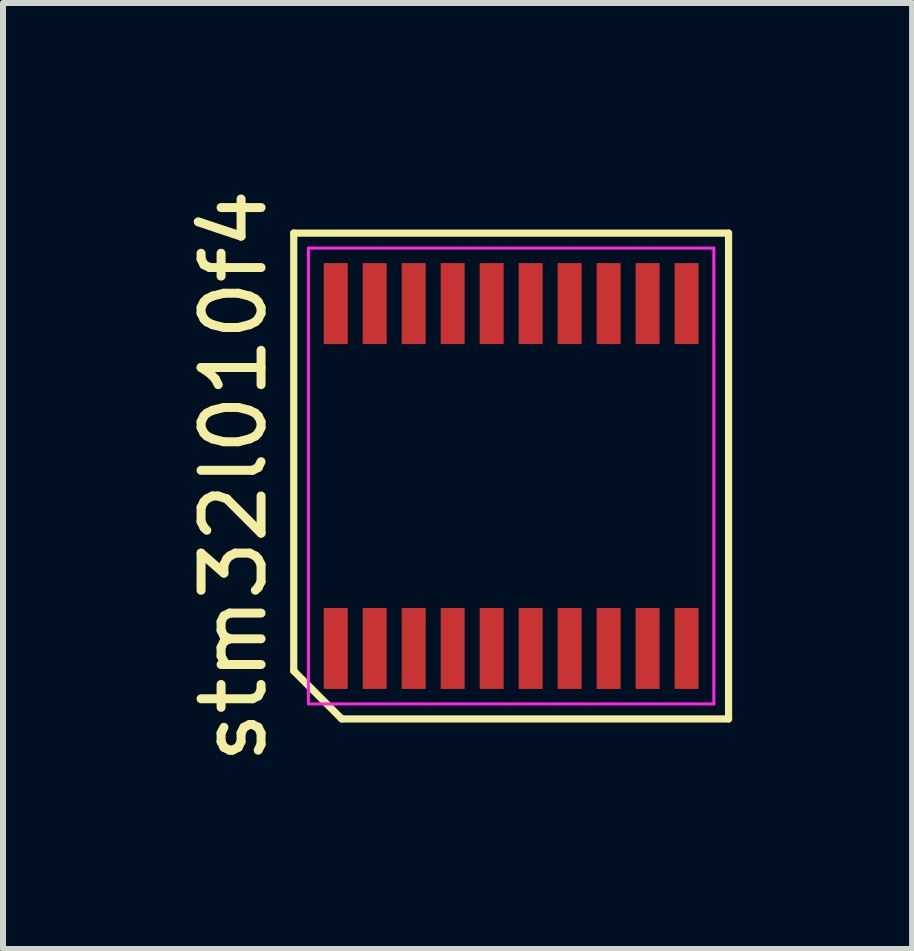
<source format=kicad_pcb>
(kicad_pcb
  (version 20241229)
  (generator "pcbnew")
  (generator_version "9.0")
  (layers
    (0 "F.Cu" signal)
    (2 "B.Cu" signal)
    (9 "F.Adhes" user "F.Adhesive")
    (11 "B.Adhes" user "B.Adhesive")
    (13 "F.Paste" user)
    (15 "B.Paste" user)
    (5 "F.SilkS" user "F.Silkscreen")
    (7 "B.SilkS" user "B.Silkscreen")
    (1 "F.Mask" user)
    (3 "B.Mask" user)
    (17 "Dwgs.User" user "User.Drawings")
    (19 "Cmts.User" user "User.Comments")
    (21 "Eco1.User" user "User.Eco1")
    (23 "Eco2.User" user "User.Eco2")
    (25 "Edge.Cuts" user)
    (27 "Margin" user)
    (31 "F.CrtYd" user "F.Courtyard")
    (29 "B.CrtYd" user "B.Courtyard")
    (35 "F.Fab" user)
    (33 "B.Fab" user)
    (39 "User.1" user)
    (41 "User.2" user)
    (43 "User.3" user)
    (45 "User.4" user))
  (footprint "stm32l010f4"
    (layer "F.Cu")
    (at 5.473 4.887)
    (property "Reference" "stm32l010f4" (at -4.625 0 90) (layer "F.SilkS") (effects (font (size 1 1) (thickness 0.15))))
    (attr smd)
    (fp_line (start -3.625 -4.05) (end 3.625 -4.05) (stroke (width 0.12) (type solid)) (layer "F.SilkS"))
    (fp_line (start -3.625 3.25) (end -3.625 -4.05) (stroke (width 0.12) (type solid)) (layer "F.SilkS"))
    (fp_line (start -2.825 4.05) (end -3.625 3.25) (stroke (width 0.12) (type solid)) (layer "F.SilkS"))
    (fp_line (start 3.625 -4.05) (end 3.625 4.05) (stroke (width 0.12) (type solid)) (layer "F.SilkS"))
    (fp_line (start 3.625 4.05) (end -2.825 4.05) (stroke (width 0.12) (type solid)) (layer "F.SilkS"))
    (fp_line (start -3.38 -3.8) (end 3.38 -3.8) (stroke (width 0.05) (type solid)) (layer "F.CrtYd"))
    (fp_line (start -3.38 3.8) (end -3.38 -3.8) (stroke (width 0.05) (type solid)) (layer "F.CrtYd"))
    (fp_line (start 3.38 -3.8) (end 3.38 3.8) (stroke (width 0.05) (type solid)) (layer "F.CrtYd"))
    (fp_line (start 3.38 3.8) (end -3.38 3.8) (stroke (width 0.05) (type solid)) (layer "F.CrtYd"))
    (pad "1" smd rect (at -2.925 2.875) (size 0.4 1.35) (layers "F.Cu" "F.Mask" "F.Paste"))
    (pad "2" smd rect (at -2.275 2.875) (size 0.4 1.35) (layers "F.Cu" "F.Mask" "F.Paste"))
    (pad "3" smd rect (at -1.625 2.875) (size 0.4 1.35) (layers "F.Cu" "F.Mask" "F.Paste"))
    (pad "4" smd rect (at -0.975 2.875) (size 0.4 1.35) (layers "F.Cu" "F.Mask" "F.Paste"))
    (pad "5" smd rect (at -0.325 2.875) (size 0.4 1.35) (layers "F.Cu" "F.Mask" "F.Paste"))
    (pad "6" smd rect (at 0.325 2.875) (size 0.4 1.35) (layers "F.Cu" "F.Mask" "F.Paste"))
    (pad "7" smd rect (at 0.975 2.875) (size 0.4 1.35) (layers "F.Cu" "F.Mask" "F.Paste"))
    (pad "8" smd rect (at 1.625 2.875) (size 0.4 1.35) (layers "F.Cu" "F.Mask" "F.Paste"))
    (pad "9" smd rect (at 2.275 2.875) (size 0.4 1.35) (layers "F.Cu" "F.Mask" "F.Paste"))
    (pad "10" smd rect (at 2.925 2.875) (size 0.4 1.35) (layers "F.Cu" "F.Mask" "F.Paste"))
    (pad "11" smd rect (at 2.925 -2.875) (size 0.4 1.35) (layers "F.Cu" "F.Mask" "F.Paste"))
    (pad "12" smd rect (at 2.275 -2.875) (size 0.4 1.35) (layers "F.Cu" "F.Mask" "F.Paste"))
    (pad "13" smd rect (at 1.625 -2.875) (size 0.4 1.35) (layers "F.Cu" "F.Mask" "F.Paste"))
    (pad "14" smd rect (at 0.975 -2.875) (size 0.4 1.35) (layers "F.Cu" "F.Mask" "F.Paste"))
    (pad "15" smd rect (at 0.325 -2.875) (size 0.4 1.35) (layers "F.Cu" "F.Mask" "F.Paste"))
    (pad "16" smd rect (at -0.325 -2.875) (size 0.4 1.35) (layers "F.Cu" "F.Mask" "F.Paste"))
    (pad "17" smd rect (at -0.975 -2.875) (size 0.4 1.35) (layers "F.Cu" "F.Mask" "F.Paste"))
    (pad "18" smd rect (at -1.625 -2.875) (size 0.4 1.35) (layers "F.Cu" "F.Mask" "F.Paste"))
    (pad "19" smd rect (at -2.275 -2.875) (size 0.4 1.35) (layers "F.Cu" "F.Mask" "F.Paste"))
    (pad "20" smd rect (at -2.925 -2.875) (size 0.4 1.35) (layers "F.Cu" "F.Mask" "F.Paste")))
  (gr_rect
    (start -3 -3)
    (end 12.158 12.774)
    (stroke (width 0.1) (type default))
    (fill no)
    (layer "Edge.Cuts")))
</source>
